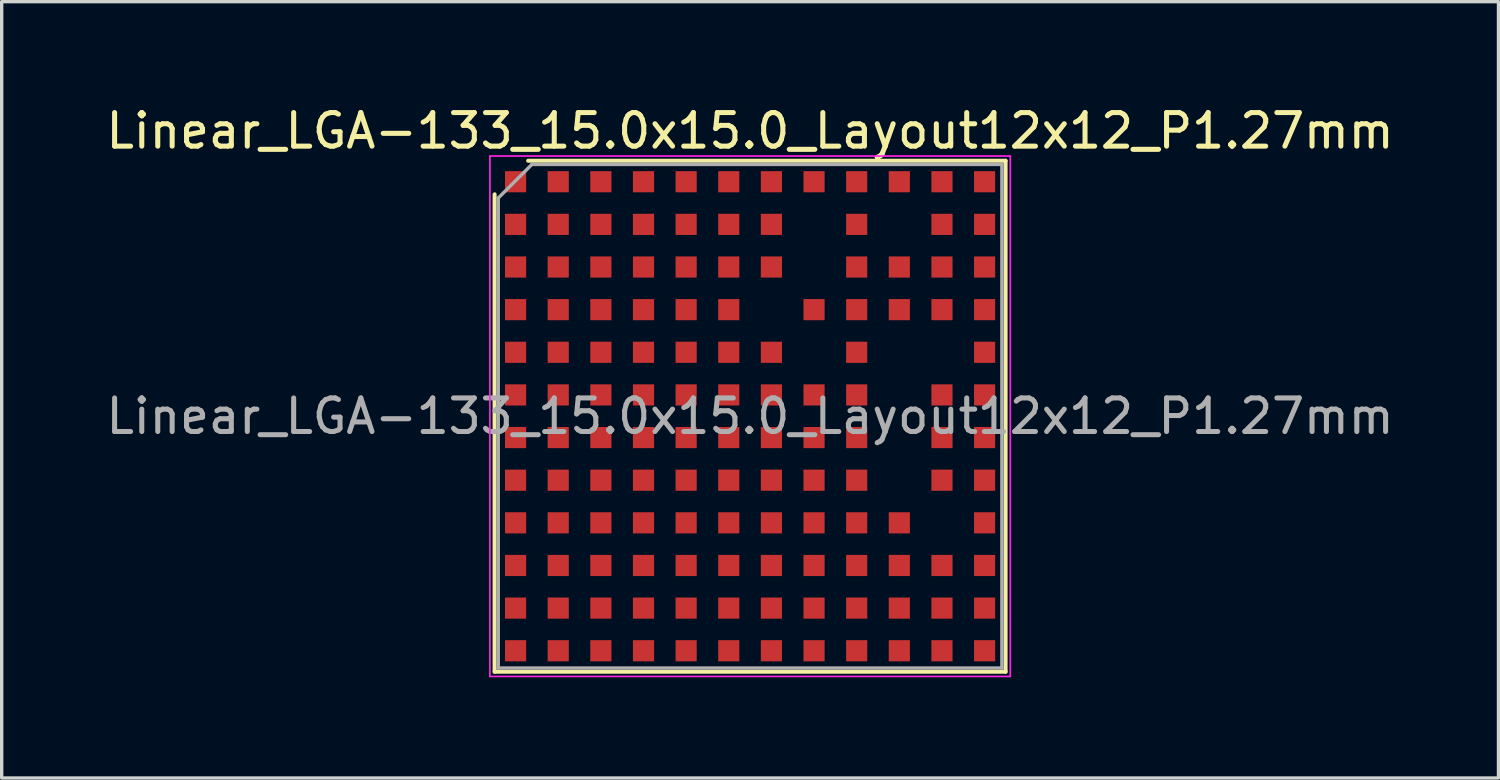
<source format=kicad_pcb>
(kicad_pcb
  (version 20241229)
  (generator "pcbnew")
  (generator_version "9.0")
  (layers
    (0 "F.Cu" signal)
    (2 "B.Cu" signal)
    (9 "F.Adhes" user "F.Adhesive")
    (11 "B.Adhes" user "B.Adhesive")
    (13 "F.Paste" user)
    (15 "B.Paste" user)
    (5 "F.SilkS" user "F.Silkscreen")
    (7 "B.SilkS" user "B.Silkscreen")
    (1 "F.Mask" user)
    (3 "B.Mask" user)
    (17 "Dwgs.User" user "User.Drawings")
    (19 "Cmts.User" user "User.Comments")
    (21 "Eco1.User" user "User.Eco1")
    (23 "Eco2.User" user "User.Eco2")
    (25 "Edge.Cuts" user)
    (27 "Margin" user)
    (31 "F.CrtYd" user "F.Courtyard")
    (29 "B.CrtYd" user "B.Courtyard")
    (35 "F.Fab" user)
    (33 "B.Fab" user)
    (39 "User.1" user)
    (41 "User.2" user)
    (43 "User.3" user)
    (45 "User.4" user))
  (footprint "Linear_LGA-133_15.0x15.0_Layout12x12_P1.27mm"
    (layer "F.Cu")
    (at 19.292 9.348)
    (property "Reference" "Linear_LGA-133_15.0x15.0_Layout12x12_P1.27mm" (at 0 -8.5 0) (layer "F.SilkS") (effects (font (size 1 1) (thickness 0.15))))
    (attr smd)
    (fp_line (start -7.61 7.61) (end -7.61 -6.61) (stroke (width 0.12) (type solid)) (layer "F.SilkS"))
    (fp_line (start -7.61 7.61) (end 7.61 7.61) (stroke (width 0.12) (type solid)) (layer "F.SilkS"))
    (fp_line (start 7.61 -7.61) (end -6.61 -7.61) (stroke (width 0.12) (type solid)) (layer "F.SilkS"))
    (fp_line (start 7.61 -7.61) (end 7.61 7.61) (stroke (width 0.12) (type solid)) (layer "F.SilkS"))
    (fp_line (start -7.75 -7.75) (end -7.75 7.75) (stroke (width 0.05) (type solid)) (layer "F.CrtYd"))
    (fp_line (start -7.75 -7.75) (end 7.75 -7.75) (stroke (width 0.05) (type solid)) (layer "F.CrtYd"))
    (fp_line (start 7.75 7.75) (end -7.75 7.75) (stroke (width 0.05) (type solid)) (layer "F.CrtYd"))
    (fp_line (start 7.75 7.75) (end 7.75 -7.75) (stroke (width 0.05) (type solid)) (layer "F.CrtYd"))
    (fp_line (start -7.5 -6.5) (end -6.5 -7.5) (stroke (width 0.1) (type solid)) (layer "F.Fab"))
    (fp_line (start -7.5 7.5) (end -7.5 -6.5) (stroke (width 0.1) (type solid)) (layer "F.Fab"))
    (fp_line (start -6.5 -7.5) (end 7.5 -7.5) (stroke (width 0.1) (type solid)) (layer "F.Fab"))
    (fp_line (start 7.5 -7.5) (end 7.5 7.5) (stroke (width 0.1) (type solid)) (layer "F.Fab"))
    (fp_line (start 7.5 7.5) (end -7.5 7.5) (stroke (width 0.1) (type solid)) (layer "F.Fab"))
    (fp_text user "${REFERENCE}" (at 0 0 0) (layer "F.Fab") (effects (font (size 1 1) (thickness 0.15))))
    (pad "A1" smd rect (at -6.985 -6.985) (size 0.63 0.63) (layers "F.Cu" "F.Mask" "F.Paste"))
    (pad "A2" smd rect (at -5.715 -6.985) (size 0.63 0.63) (layers "F.Cu" "F.Mask" "F.Paste"))
    (pad "A3" smd rect (at -4.445 -6.985) (size 0.63 0.63) (layers "F.Cu" "F.Mask" "F.Paste"))
    (pad "A4" smd rect (at -3.175 -6.985) (size 0.63 0.63) (layers "F.Cu" "F.Mask" "F.Paste"))
    (pad "A5" smd rect (at -1.905 -6.985) (size 0.63 0.63) (layers "F.Cu" "F.Mask" "F.Paste"))
    (pad "A6" smd rect (at -0.635 -6.985) (size 0.63 0.63) (layers "F.Cu" "F.Mask" "F.Paste"))
    (pad "A7" smd rect (at 0.635 -6.985) (size 0.63 0.63) (layers "F.Cu" "F.Mask" "F.Paste"))
    (pad "A8" smd rect (at 1.905 -6.985) (size 0.63 0.63) (layers "F.Cu" "F.Mask" "F.Paste"))
    (pad "A9" smd rect (at 3.175 -6.985) (size 0.63 0.63) (layers "F.Cu" "F.Mask" "F.Paste"))
    (pad "A10" smd rect (at 4.445 -6.985) (size 0.63 0.63) (layers "F.Cu" "F.Mask" "F.Paste"))
    (pad "A11" smd rect (at 5.715 -6.985) (size 0.63 0.63) (layers "F.Cu" "F.Mask" "F.Paste"))
    (pad "A12" smd rect (at 6.985 -6.985) (size 0.63 0.63) (layers "F.Cu" "F.Mask" "F.Paste"))
    (pad "B1" smd rect (at -6.985 -5.715) (size 0.63 0.63) (layers "F.Cu" "F.Mask" "F.Paste"))
    (pad "B2" smd rect (at -5.715 -5.715) (size 0.63 0.63) (layers "F.Cu" "F.Mask" "F.Paste"))
    (pad "B3" smd rect (at -4.445 -5.715) (size 0.63 0.63) (layers "F.Cu" "F.Mask" "F.Paste"))
    (pad "B4" smd rect (at -3.175 -5.715) (size 0.63 0.63) (layers "F.Cu" "F.Mask" "F.Paste"))
    (pad "B5" smd rect (at -1.905 -5.715) (size 0.63 0.63) (layers "F.Cu" "F.Mask" "F.Paste"))
    (pad "B6" smd rect (at -0.635 -5.715) (size 0.63 0.63) (layers "F.Cu" "F.Mask" "F.Paste"))
    (pad "B7" smd rect (at 0.635 -5.715) (size 0.63 0.63) (layers "F.Cu" "F.Mask" "F.Paste"))
    (pad "B9" smd rect (at 3.175 -5.715) (size 0.63 0.63) (layers "F.Cu" "F.Mask" "F.Paste"))
    (pad "B11" smd rect (at 5.715 -5.715) (size 0.63 0.63) (layers "F.Cu" "F.Mask" "F.Paste"))
    (pad "B12" smd rect (at 6.985 -5.715) (size 0.63 0.63) (layers "F.Cu" "F.Mask" "F.Paste"))
    (pad "C1" smd rect (at -6.985 -4.445) (size 0.63 0.63) (layers "F.Cu" "F.Mask" "F.Paste"))
    (pad "C2" smd rect (at -5.715 -4.445) (size 0.63 0.63) (layers "F.Cu" "F.Mask" "F.Paste"))
    (pad "C3" smd rect (at -4.445 -4.445) (size 0.63 0.63) (layers "F.Cu" "F.Mask" "F.Paste"))
    (pad "C4" smd rect (at -3.175 -4.445) (size 0.63 0.63) (layers "F.Cu" "F.Mask" "F.Paste"))
    (pad "C5" smd rect (at -1.905 -4.445) (size 0.63 0.63) (layers "F.Cu" "F.Mask" "F.Paste"))
    (pad "C6" smd rect (at -0.635 -4.445) (size 0.63 0.63) (layers "F.Cu" "F.Mask" "F.Paste"))
    (pad "C7" smd rect (at 0.635 -4.445) (size 0.63 0.63) (layers "F.Cu" "F.Mask" "F.Paste"))
    (pad "C9" smd rect (at 3.175 -4.445) (size 0.63 0.63) (layers "F.Cu" "F.Mask" "F.Paste"))
    (pad "C10" smd rect (at 4.445 -4.445) (size 0.63 0.63) (layers "F.Cu" "F.Mask" "F.Paste"))
    (pad "C11" smd rect (at 5.715 -4.445) (size 0.63 0.63) (layers "F.Cu" "F.Mask" "F.Paste"))
    (pad "C12" smd rect (at 6.985 -4.445) (size 0.63 0.63) (layers "F.Cu" "F.Mask" "F.Paste"))
    (pad "D1" smd rect (at -6.985 -3.175) (size 0.63 0.63) (layers "F.Cu" "F.Mask" "F.Paste"))
    (pad "D2" smd rect (at -5.715 -3.175) (size 0.63 0.63) (layers "F.Cu" "F.Mask" "F.Paste"))
    (pad "D3" smd rect (at -4.445 -3.175) (size 0.63 0.63) (layers "F.Cu" "F.Mask" "F.Paste"))
    (pad "D4" smd rect (at -3.175 -3.175) (size 0.63 0.63) (layers "F.Cu" "F.Mask" "F.Paste"))
    (pad "D5" smd rect (at -1.905 -3.175) (size 0.63 0.63) (layers "F.Cu" "F.Mask" "F.Paste"))
    (pad "D6" smd rect (at -0.635 -3.175) (size 0.63 0.63) (layers "F.Cu" "F.Mask" "F.Paste"))
    (pad "D8" smd rect (at 1.905 -3.175) (size 0.63 0.63) (layers "F.Cu" "F.Mask" "F.Paste"))
    (pad "D9" smd rect (at 3.175 -3.175) (size 0.63 0.63) (layers "F.Cu" "F.Mask" "F.Paste"))
    (pad "D10" smd rect (at 4.445 -3.175) (size 0.63 0.63) (layers "F.Cu" "F.Mask" "F.Paste"))
    (pad "D11" smd rect (at 5.715 -3.175) (size 0.63 0.63) (layers "F.Cu" "F.Mask" "F.Paste"))
    (pad "D12" smd rect (at 6.985 -3.175) (size 0.63 0.63) (layers "F.Cu" "F.Mask" "F.Paste"))
    (pad "E1" smd rect (at -6.985 -1.905) (size 0.63 0.63) (layers "F.Cu" "F.Mask" "F.Paste"))
    (pad "E2" smd rect (at -5.715 -1.905) (size 0.63 0.63) (layers "F.Cu" "F.Mask" "F.Paste"))
    (pad "E3" smd rect (at -4.445 -1.905) (size 0.63 0.63) (layers "F.Cu" "F.Mask" "F.Paste"))
    (pad "E4" smd rect (at -3.175 -1.905) (size 0.63 0.63) (layers "F.Cu" "F.Mask" "F.Paste"))
    (pad "E5" smd rect (at -1.905 -1.905) (size 0.63 0.63) (layers "F.Cu" "F.Mask" "F.Paste"))
    (pad "E6" smd rect (at -0.635 -1.905) (size 0.63 0.63) (layers "F.Cu" "F.Mask" "F.Paste"))
    (pad "E7" smd rect (at 0.635 -1.905) (size 0.63 0.63) (layers "F.Cu" "F.Mask" "F.Paste"))
    (pad "E9" smd rect (at 3.175 -1.905) (size 0.63 0.63) (layers "F.Cu" "F.Mask" "F.Paste"))
    (pad "E12" smd rect (at 6.985 -1.905) (size 0.63 0.63) (layers "F.Cu" "F.Mask" "F.Paste"))
    (pad "F1" smd rect (at -6.985 -0.635) (size 0.63 0.63) (layers "F.Cu" "F.Mask" "F.Paste"))
    (pad "F2" smd rect (at -5.715 -0.635) (size 0.63 0.63) (layers "F.Cu" "F.Mask" "F.Paste"))
    (pad "F3" smd rect (at -4.445 -0.635) (size 0.63 0.63) (layers "F.Cu" "F.Mask" "F.Paste"))
    (pad "F4" smd rect (at -3.175 -0.635) (size 0.63 0.63) (layers "F.Cu" "F.Mask" "F.Paste"))
    (pad "F5" smd rect (at -1.905 -0.635) (size 0.63 0.63) (layers "F.Cu" "F.Mask" "F.Paste"))
    (pad "F6" smd rect (at -0.635 -0.635) (size 0.63 0.63) (layers "F.Cu" "F.Mask" "F.Paste"))
    (pad "F7" smd rect (at 0.635 -0.635) (size 0.63 0.63) (layers "F.Cu" "F.Mask" "F.Paste"))
    (pad "F8" smd rect (at 1.905 -0.635) (size 0.63 0.63) (layers "F.Cu" "F.Mask" "F.Paste"))
    (pad "F9" smd rect (at 3.175 -0.635) (size 0.63 0.63) (layers "F.Cu" "F.Mask" "F.Paste"))
    (pad "F11" smd rect (at 5.715 -0.635) (size 0.63 0.63) (layers "F.Cu" "F.Mask" "F.Paste"))
    (pad "F12" smd rect (at 6.985 -0.635) (size 0.63 0.63) (layers "F.Cu" "F.Mask" "F.Paste"))
    (pad "G1" smd rect (at -6.985 0.635) (size 0.63 0.63) (layers "F.Cu" "F.Mask" "F.Paste"))
    (pad "G2" smd rect (at -5.715 0.635) (size 0.63 0.63) (layers "F.Cu" "F.Mask" "F.Paste"))
    (pad "G3" smd rect (at -4.445 0.635) (size 0.63 0.63) (layers "F.Cu" "F.Mask" "F.Paste"))
    (pad "G4" smd rect (at -3.175 0.635) (size 0.63 0.63) (layers "F.Cu" "F.Mask" "F.Paste"))
    (pad "G5" smd rect (at -1.905 0.635) (size 0.63 0.63) (layers "F.Cu" "F.Mask" "F.Paste"))
    (pad "G6" smd rect (at -0.635 0.635) (size 0.63 0.63) (layers "F.Cu" "F.Mask" "F.Paste"))
    (pad "G7" smd rect (at 0.635 0.635) (size 0.63 0.63) (layers "F.Cu" "F.Mask" "F.Paste"))
    (pad "G8" smd rect (at 1.905 0.635) (size 0.63 0.63) (layers "F.Cu" "F.Mask" "F.Paste"))
    (pad "G9" smd rect (at 3.175 0.635) (size 0.63 0.63) (layers "F.Cu" "F.Mask" "F.Paste"))
    (pad "G11" smd rect (at 5.715 0.635) (size 0.63 0.63) (layers "F.Cu" "F.Mask" "F.Paste"))
    (pad "G12" smd rect (at 6.985 0.635) (size 0.63 0.63) (layers "F.Cu" "F.Mask" "F.Paste"))
    (pad "H1" smd rect (at -6.985 1.905) (size 0.63 0.63) (layers "F.Cu" "F.Mask" "F.Paste"))
    (pad "H2" smd rect (at -5.715 1.905) (size 0.63 0.63) (layers "F.Cu" "F.Mask" "F.Paste"))
    (pad "H3" smd rect (at -4.445 1.905) (size 0.63 0.63) (layers "F.Cu" "F.Mask" "F.Paste"))
    (pad "H4" smd rect (at -3.175 1.905) (size 0.63 0.63) (layers "F.Cu" "F.Mask" "F.Paste"))
    (pad "H5" smd rect (at -1.905 1.905) (size 0.63 0.63) (layers "F.Cu" "F.Mask" "F.Paste"))
    (pad "H6" smd rect (at -0.635 1.905) (size 0.63 0.63) (layers "F.Cu" "F.Mask" "F.Paste"))
    (pad "H7" smd rect (at 0.635 1.905) (size 0.63 0.63) (layers "F.Cu" "F.Mask" "F.Paste"))
    (pad "H8" smd rect (at 1.905 1.905) (size 0.63 0.63) (layers "F.Cu" "F.Mask" "F.Paste"))
    (pad "H9" smd rect (at 3.175 1.905) (size 0.63 0.63) (layers "F.Cu" "F.Mask" "F.Paste"))
    (pad "H11" smd rect (at 5.715 1.905) (size 0.63 0.63) (layers "F.Cu" "F.Mask" "F.Paste"))
    (pad "H12" smd rect (at 6.985 1.905) (size 0.63 0.63) (layers "F.Cu" "F.Mask" "F.Paste"))
    (pad "J1" smd rect (at -6.985 3.175) (size 0.63 0.63) (layers "F.Cu" "F.Mask" "F.Paste"))
    (pad "J2" smd rect (at -5.715 3.175) (size 0.63 0.63) (layers "F.Cu" "F.Mask" "F.Paste"))
    (pad "J3" smd rect (at -4.445 3.175) (size 0.63 0.63) (layers "F.Cu" "F.Mask" "F.Paste"))
    (pad "J4" smd rect (at -3.175 3.175) (size 0.63 0.63) (layers "F.Cu" "F.Mask" "F.Paste"))
    (pad "J5" smd rect (at -1.905 3.175) (size 0.63 0.63) (layers "F.Cu" "F.Mask" "F.Paste"))
    (pad "J6" smd rect (at -0.635 3.175) (size 0.63 0.63) (layers "F.Cu" "F.Mask" "F.Paste"))
    (pad "J7" smd rect (at 0.635 3.175) (size 0.63 0.63) (layers "F.Cu" "F.Mask" "F.Paste"))
    (pad "J8" smd rect (at 1.905 3.175) (size 0.63 0.63) (layers "F.Cu" "F.Mask" "F.Paste"))
    (pad "J9" smd rect (at 3.175 3.175) (size 0.63 0.63) (layers "F.Cu" "F.Mask" "F.Paste"))
    (pad "J10" smd rect (at 4.445 3.175) (size 0.63 0.63) (layers "F.Cu" "F.Mask" "F.Paste"))
    (pad "J12" smd rect (at 6.985 3.175) (size 0.63 0.63) (layers "F.Cu" "F.Mask" "F.Paste"))
    (pad "K1" smd rect (at -6.985 4.445) (size 0.63 0.63) (layers "F.Cu" "F.Mask" "F.Paste"))
    (pad "K2" smd rect (at -5.715 4.445) (size 0.63 0.63) (layers "F.Cu" "F.Mask" "F.Paste"))
    (pad "K3" smd rect (at -4.445 4.445) (size 0.63 0.63) (layers "F.Cu" "F.Mask" "F.Paste"))
    (pad "K4" smd rect (at -3.175 4.445) (size 0.63 0.63) (layers "F.Cu" "F.Mask" "F.Paste"))
    (pad "K5" smd rect (at -1.905 4.445) (size 0.63 0.63) (layers "F.Cu" "F.Mask" "F.Paste"))
    (pad "K6" smd rect (at -0.635 4.445) (size 0.63 0.63) (layers "F.Cu" "F.Mask" "F.Paste"))
    (pad "K7" smd rect (at 0.635 4.445) (size 0.63 0.63) (layers "F.Cu" "F.Mask" "F.Paste"))
    (pad "K8" smd rect (at 1.905 4.445) (size 0.63 0.63) (layers "F.Cu" "F.Mask" "F.Paste"))
    (pad "K9" smd rect (at 3.175 4.445) (size 0.63 0.63) (layers "F.Cu" "F.Mask" "F.Paste"))
    (pad "K10" smd rect (at 4.445 4.445) (size 0.63 0.63) (layers "F.Cu" "F.Mask" "F.Paste"))
    (pad "K11" smd rect (at 5.715 4.445) (size 0.63 0.63) (layers "F.Cu" "F.Mask" "F.Paste"))
    (pad "K12" smd rect (at 6.985 4.445) (size 0.63 0.63) (layers "F.Cu" "F.Mask" "F.Paste"))
    (pad "L1" smd rect (at -6.985 5.715) (size 0.63 0.63) (layers "F.Cu" "F.Mask" "F.Paste"))
    (pad "L2" smd rect (at -5.715 5.715) (size 0.63 0.63) (layers "F.Cu" "F.Mask" "F.Paste"))
    (pad "L3" smd rect (at -4.445 5.715) (size 0.63 0.63) (layers "F.Cu" "F.Mask" "F.Paste"))
    (pad "L4" smd rect (at -3.175 5.715) (size 0.63 0.63) (layers "F.Cu" "F.Mask" "F.Paste"))
    (pad "L5" smd rect (at -1.905 5.715) (size 0.63 0.63) (layers "F.Cu" "F.Mask" "F.Paste"))
    (pad "L6" smd rect (at -0.635 5.715) (size 0.63 0.63) (layers "F.Cu" "F.Mask" "F.Paste"))
    (pad "L7" smd rect (at 0.635 5.715) (size 0.63 0.63) (layers "F.Cu" "F.Mask" "F.Paste"))
    (pad "L8" smd rect (at 1.905 5.715) (size 0.63 0.63) (layers "F.Cu" "F.Mask" "F.Paste"))
    (pad "L9" smd rect (at 3.175 5.715) (size 0.63 0.63) (layers "F.Cu" "F.Mask" "F.Paste"))
    (pad "L10" smd rect (at 4.445 5.715) (size 0.63 0.63) (layers "F.Cu" "F.Mask" "F.Paste"))
    (pad "L11" smd rect (at 5.715 5.715) (size 0.63 0.63) (layers "F.Cu" "F.Mask" "F.Paste"))
    (pad "L12" smd rect (at 6.985 5.715) (size 0.63 0.63) (layers "F.Cu" "F.Mask" "F.Paste"))
    (pad "M1" smd rect (at -6.985 6.985) (size 0.63 0.63) (layers "F.Cu" "F.Mask" "F.Paste"))
    (pad "M2" smd rect (at -5.715 6.985) (size 0.63 0.63) (layers "F.Cu" "F.Mask" "F.Paste"))
    (pad "M3" smd rect (at -4.445 6.985) (size 0.63 0.63) (layers "F.Cu" "F.Mask" "F.Paste"))
    (pad "M4" smd rect (at -3.175 6.985) (size 0.63 0.63) (layers "F.Cu" "F.Mask" "F.Paste"))
    (pad "M5" smd rect (at -1.905 6.985) (size 0.63 0.63) (layers "F.Cu" "F.Mask" "F.Paste"))
    (pad "M6" smd rect (at -0.635 6.985) (size 0.63 0.63) (layers "F.Cu" "F.Mask" "F.Paste"))
    (pad "M7" smd rect (at 0.635 6.985) (size 0.63 0.63) (layers "F.Cu" "F.Mask" "F.Paste"))
    (pad "M8" smd rect (at 1.905 6.985) (size 0.63 0.63) (layers "F.Cu" "F.Mask" "F.Paste"))
    (pad "M9" smd rect (at 3.175 6.985) (size 0.63 0.63) (layers "F.Cu" "F.Mask" "F.Paste"))
    (pad "M10" smd rect (at 4.445 6.985) (size 0.63 0.63) (layers "F.Cu" "F.Mask" "F.Paste"))
    (pad "M11" smd rect (at 5.715 6.985) (size 0.63 0.63) (layers "F.Cu" "F.Mask" "F.Paste"))
    (pad "M12" smd rect (at 6.985 6.985) (size 0.63 0.63) (layers "F.Cu" "F.Mask" "F.Paste")))
  (gr_rect
    (start -3 -3)
    (end 41.583 20.123)
    (stroke (width 0.1) (type default))
    (fill no)
    (layer "Edge.Cuts")))
</source>
